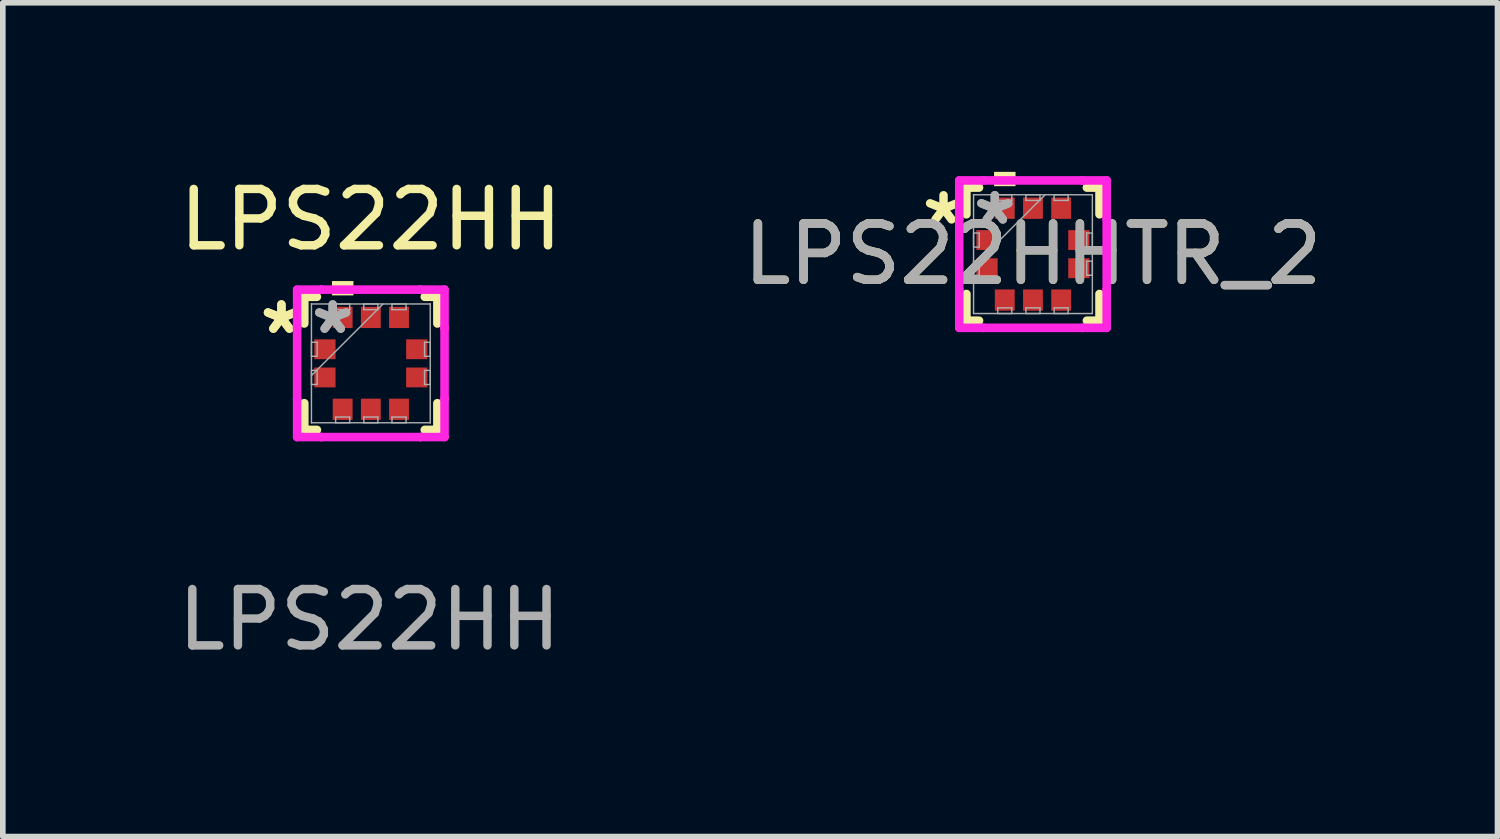
<source format=kicad_pcb>
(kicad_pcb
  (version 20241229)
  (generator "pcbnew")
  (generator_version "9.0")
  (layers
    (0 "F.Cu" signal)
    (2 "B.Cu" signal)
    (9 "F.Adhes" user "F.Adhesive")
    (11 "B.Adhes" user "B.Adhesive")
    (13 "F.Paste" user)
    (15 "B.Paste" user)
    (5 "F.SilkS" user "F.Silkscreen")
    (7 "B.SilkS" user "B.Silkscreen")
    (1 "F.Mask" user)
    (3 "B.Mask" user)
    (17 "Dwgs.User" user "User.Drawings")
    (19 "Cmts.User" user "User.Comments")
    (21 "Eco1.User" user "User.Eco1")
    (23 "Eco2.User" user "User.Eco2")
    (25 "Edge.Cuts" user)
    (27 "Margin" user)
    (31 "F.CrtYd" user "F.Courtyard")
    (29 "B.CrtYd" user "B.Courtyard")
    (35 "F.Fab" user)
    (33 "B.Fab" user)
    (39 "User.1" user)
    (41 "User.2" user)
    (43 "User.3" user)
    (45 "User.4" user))
  (footprint "LPS22HHTR_2"
    (layer "F.Cu")
    (at 15.281 1.46)
    (property "Reference" "LPS22HHTR_2" (at 0 0 0) (unlocked yes) (layer "F.SilkS") (effects (font (size 1 1) (thickness 0.15))))
    (attr smd)
    (fp_line (start -1.181 -1.181) (end -1.181 -0.707) (stroke (width 0.152) (type solid)) (layer "F.SilkS"))
    (fp_line (start -1.181 0.707) (end -1.181 1.181) (stroke (width 0.152) (type solid)) (layer "F.SilkS"))
    (fp_line (start -1.181 1.181) (end -0.957 1.181) (stroke (width 0.152) (type solid)) (layer "F.SilkS"))
    (fp_line (start -0.957 -1.181) (end -1.181 -1.181) (stroke (width 0.152) (type solid)) (layer "F.SilkS"))
    (fp_line (start 0.957 1.181) (end 1.181 1.181) (stroke (width 0.152) (type solid)) (layer "F.SilkS"))
    (fp_line (start 1.181 -1.181) (end 0.957 -1.181) (stroke (width 0.152) (type solid)) (layer "F.SilkS"))
    (fp_line (start 1.181 -0.707) (end 1.181 -1.181) (stroke (width 0.152) (type solid)) (layer "F.SilkS"))
    (fp_line (start 1.181 1.181) (end 1.181 0.707) (stroke (width 0.152) (type solid)) (layer "F.SilkS"))
    (fp_poly (pts (xy -0.69 -1.206) (xy -0.69 -1.46) (xy -0.309 -1.46) (xy -0.309 -1.206)) (stroke (width 0) (type solid)) (fill yes) (layer "F.SilkS"))
    (fp_line (start -1.308 -1.308) (end -0.879 -1.308) (stroke (width 0.152) (type solid)) (layer "F.CrtYd"))
    (fp_line (start -1.308 -0.629) (end -1.308 -1.308) (stroke (width 0.152) (type solid)) (layer "F.CrtYd"))
    (fp_line (start -1.308 -0.629) (end -1.308 -0.629) (stroke (width 0.152) (type solid)) (layer "F.CrtYd"))
    (fp_line (start -1.308 0.629) (end -1.308 -0.629) (stroke (width 0.152) (type solid)) (layer "F.CrtYd"))
    (fp_line (start -1.308 0.629) (end -1.308 0.629) (stroke (width 0.152) (type solid)) (layer "F.CrtYd"))
    (fp_line (start -1.308 1.308) (end -1.308 0.629) (stroke (width 0.152) (type solid)) (layer "F.CrtYd"))
    (fp_line (start -0.879 -1.308) (end -0.879 -1.308) (stroke (width 0.152) (type solid)) (layer "F.CrtYd"))
    (fp_line (start -0.879 -1.308) (end 0.879 -1.308) (stroke (width 0.152) (type solid)) (layer "F.CrtYd"))
    (fp_line (start -0.879 1.308) (end -1.308 1.308) (stroke (width 0.152) (type solid)) (layer "F.CrtYd"))
    (fp_line (start -0.879 1.308) (end -0.879 1.308) (stroke (width 0.152) (type solid)) (layer "F.CrtYd"))
    (fp_line (start 0.879 -1.308) (end 0.879 -1.308) (stroke (width 0.152) (type solid)) (layer "F.CrtYd"))
    (fp_line (start 0.879 -1.308) (end 1.308 -1.308) (stroke (width 0.152) (type solid)) (layer "F.CrtYd"))
    (fp_line (start 0.879 1.308) (end -0.879 1.308) (stroke (width 0.152) (type solid)) (layer "F.CrtYd"))
    (fp_line (start 0.879 1.308) (end 0.879 1.308) (stroke (width 0.152) (type solid)) (layer "F.CrtYd"))
    (fp_line (start 1.308 -1.308) (end 1.308 -0.629) (stroke (width 0.152) (type solid)) (layer "F.CrtYd"))
    (fp_line (start 1.308 -0.629) (end 1.308 -0.629) (stroke (width 0.152) (type solid)) (layer "F.CrtYd"))
    (fp_line (start 1.308 -0.629) (end 1.308 0.629) (stroke (width 0.152) (type solid)) (layer "F.CrtYd"))
    (fp_line (start 1.308 0.629) (end 1.308 0.629) (stroke (width 0.152) (type solid)) (layer "F.CrtYd"))
    (fp_line (start 1.308 0.629) (end 1.308 1.308) (stroke (width 0.152) (type solid)) (layer "F.CrtYd"))
    (fp_line (start 1.308 1.308) (end 0.879 1.308) (stroke (width 0.152) (type solid)) (layer "F.CrtYd"))
    (fp_line (start -1.054 -1.054) (end -1.054 -1.054) (stroke (width 0.025) (type solid)) (layer "F.Fab"))
    (fp_line (start -1.054 -1.054) (end -1.054 1.054) (stroke (width 0.025) (type solid)) (layer "F.Fab"))
    (fp_line (start -1.054 -0.375) (end -0.953 -0.375) (stroke (width 0.025) (type solid)) (layer "F.Fab"))
    (fp_line (start -1.054 -0.125) (end -1.054 -0.375) (stroke (width 0.025) (type solid)) (layer "F.Fab"))
    (fp_line (start -1.054 0.125) (end -0.953 0.125) (stroke (width 0.025) (type solid)) (layer "F.Fab"))
    (fp_line (start -1.054 0.216) (end 0.216 -1.054) (stroke (width 0.025) (type solid)) (layer "F.Fab"))
    (fp_line (start -1.054 0.375) (end -1.054 0.125) (stroke (width 0.025) (type solid)) (layer "F.Fab"))
    (fp_line (start -1.054 1.054) (end -1.054 1.054) (stroke (width 0.025) (type solid)) (layer "F.Fab"))
    (fp_line (start -1.054 1.054) (end 1.054 1.054) (stroke (width 0.025) (type solid)) (layer "F.Fab"))
    (fp_line (start -0.953 -0.375) (end -0.953 -0.125) (stroke (width 0.025) (type solid)) (layer "F.Fab"))
    (fp_line (start -0.953 -0.125) (end -1.054 -0.125) (stroke (width 0.025) (type solid)) (layer "F.Fab"))
    (fp_line (start -0.953 0.125) (end -0.953 0.375) (stroke (width 0.025) (type solid)) (layer "F.Fab"))
    (fp_line (start -0.953 0.375) (end -1.054 0.375) (stroke (width 0.025) (type solid)) (layer "F.Fab"))
    (fp_line (start -0.625 -1.054) (end -0.375 -1.054) (stroke (width 0.025) (type solid)) (layer "F.Fab"))
    (fp_line (start -0.625 -0.953) (end -0.625 -1.054) (stroke (width 0.025) (type solid)) (layer "F.Fab"))
    (fp_line (start -0.625 0.953) (end -0.375 0.953) (stroke (width 0.025) (type solid)) (layer "F.Fab"))
    (fp_line (start -0.625 1.054) (end -0.625 0.953) (stroke (width 0.025) (type solid)) (layer "F.Fab"))
    (fp_line (start -0.375 -1.054) (end -0.375 -0.953) (stroke (width 0.025) (type solid)) (layer "F.Fab"))
    (fp_line (start -0.375 -0.953) (end -0.625 -0.953) (stroke (width 0.025) (type solid)) (layer "F.Fab"))
    (fp_line (start -0.375 0.953) (end -0.375 1.054) (stroke (width 0.025) (type solid)) (layer "F.Fab"))
    (fp_line (start -0.375 1.054) (end -0.625 1.054) (stroke (width 0.025) (type solid)) (layer "F.Fab"))
    (fp_line (start -0.125 -1.054) (end 0.125 -1.054) (stroke (width 0.025) (type solid)) (layer "F.Fab"))
    (fp_line (start -0.125 -0.953) (end -0.125 -1.054) (stroke (width 0.025) (type solid)) (layer "F.Fab"))
    (fp_line (start -0.125 0.953) (end 0.125 0.953) (stroke (width 0.025) (type solid)) (layer "F.Fab"))
    (fp_line (start -0.125 1.054) (end -0.125 0.953) (stroke (width 0.025) (type solid)) (layer "F.Fab"))
    (fp_line (start 0.125 -1.054) (end 0.125 -0.953) (stroke (width 0.025) (type solid)) (layer "F.Fab"))
    (fp_line (start 0.125 -0.953) (end -0.125 -0.953) (stroke (width 0.025) (type solid)) (layer "F.Fab"))
    (fp_line (start 0.125 0.953) (end 0.125 1.054) (stroke (width 0.025) (type solid)) (layer "F.Fab"))
    (fp_line (start 0.125 1.054) (end -0.125 1.054) (stroke (width 0.025) (type solid)) (layer "F.Fab"))
    (fp_line (start 0.375 -1.054) (end 0.625 -1.054) (stroke (width 0.025) (type solid)) (layer "F.Fab"))
    (fp_line (start 0.375 -0.953) (end 0.375 -1.054) (stroke (width 0.025) (type solid)) (layer "F.Fab"))
    (fp_line (start 0.375 0.953) (end 0.625 0.953) (stroke (width 0.025) (type solid)) (layer "F.Fab"))
    (fp_line (start 0.375 1.054) (end 0.375 0.953) (stroke (width 0.025) (type solid)) (layer "F.Fab"))
    (fp_line (start 0.625 -1.054) (end 0.625 -0.953) (stroke (width 0.025) (type solid)) (layer "F.Fab"))
    (fp_line (start 0.625 -0.953) (end 0.375 -0.953) (stroke (width 0.025) (type solid)) (layer "F.Fab"))
    (fp_line (start 0.625 0.953) (end 0.625 1.054) (stroke (width 0.025) (type solid)) (layer "F.Fab"))
    (fp_line (start 0.625 1.054) (end 0.375 1.054) (stroke (width 0.025) (type solid)) (layer "F.Fab"))
    (fp_line (start 0.953 -0.375) (end 1.054 -0.375) (stroke (width 0.025) (type solid)) (layer "F.Fab"))
    (fp_line (start 0.953 -0.125) (end 0.953 -0.375) (stroke (width 0.025) (type solid)) (layer "F.Fab"))
    (fp_line (start 0.953 0.125) (end 1.054 0.125) (stroke (width 0.025) (type solid)) (layer "F.Fab"))
    (fp_line (start 0.953 0.375) (end 0.953 0.125) (stroke (width 0.025) (type solid)) (layer "F.Fab"))
    (fp_line (start 1.054 -1.054) (end -1.054 -1.054) (stroke (width 0.025) (type solid)) (layer "F.Fab"))
    (fp_line (start 1.054 -1.054) (end 1.054 -1.054) (stroke (width 0.025) (type solid)) (layer "F.Fab"))
    (fp_line (start 1.054 -0.375) (end 1.054 -0.125) (stroke (width 0.025) (type solid)) (layer "F.Fab"))
    (fp_line (start 1.054 -0.125) (end 0.953 -0.125) (stroke (width 0.025) (type solid)) (layer "F.Fab"))
    (fp_line (start 1.054 0.125) (end 1.054 0.375) (stroke (width 0.025) (type solid)) (layer "F.Fab"))
    (fp_line (start 1.054 0.375) (end 0.953 0.375) (stroke (width 0.025) (type solid)) (layer "F.Fab"))
    (fp_line (start 1.054 1.054) (end 1.054 -1.054) (stroke (width 0.025) (type solid)) (layer "F.Fab"))
    (fp_line (start 1.054 1.054) (end 1.054 1.054) (stroke (width 0.025) (type solid)) (layer "F.Fab"))
    (fp_text user "*" (at -1.587 -0.5 0) (unlocked yes) (layer "F.SilkS") (effects (font (size 1 1) (thickness 0.15))))
    (fp_text user "*" (at -0.677 -0.5 0) (layer "F.Fab") (effects (font (size 1 1) (thickness 0.15))))
    (fp_text user "*" (at -0.677 -0.5 0) (unlocked yes) (layer "F.Fab") (effects (font (size 1 1) (thickness 0.15))))
    (fp_text user "${REFERENCE}" (at 0 0 0) (unlocked yes) (layer "F.Fab") (effects (font (size 1 1) (thickness 0.15))))
    (pad "1" smd rect (at -0.815 -0.25 90) (size 0.352 0.377) (layers "F.Cu" "F.Mask" "F.Paste"))
    (pad "2" smd rect (at -0.815 0.25 90) (size 0.352 0.377) (layers "F.Cu" "F.Mask" "F.Paste"))
    (pad "3" smd rect (at -0.5 0.815) (size 0.352 0.377) (layers "F.Cu" "F.Mask" "F.Paste"))
    (pad "4" smd rect (at 0 0.815) (size 0.352 0.377) (layers "F.Cu" "F.Mask" "F.Paste"))
    (pad "5" smd rect (at 0.5 0.815) (size 0.352 0.377) (layers "F.Cu" "F.Mask" "F.Paste"))
    (pad "6" smd rect (at 0.815 0.25 90) (size 0.352 0.377) (layers "F.Cu" "F.Mask" "F.Paste"))
    (pad "7" smd rect (at 0.815 -0.25 90) (size 0.352 0.377) (layers "F.Cu" "F.Mask" "F.Paste"))
    (pad "8" smd rect (at 0.5 -0.815) (size 0.352 0.377) (layers "F.Cu" "F.Mask" "F.Paste"))
    (pad "9" smd rect (at 0 -0.815) (size 0.352 0.377) (layers "F.Cu" "F.Mask" "F.Paste"))
    (pad "10" smd rect (at -0.5 -0.815) (size 0.352 0.377) (layers "F.Cu" "F.Mask" "F.Paste")))
  (footprint "LPS22HH"
    (layer "F.Cu")
    (at 3.531 3.398)
    (property "Reference" "LPS22HH" (at 0 -2.55 0) (unlocked yes) (layer "F.SilkS") (effects (font (size 1 1) (thickness 0.15))))
    (attr smd)
    (fp_line (start -1.181 -1.181) (end -1.181 -0.707) (stroke (width 0.152) (type solid)) (layer "F.SilkS"))
    (fp_line (start -1.181 0.707) (end -1.181 1.181) (stroke (width 0.152) (type solid)) (layer "F.SilkS"))
    (fp_line (start -1.181 1.181) (end -0.957 1.181) (stroke (width 0.152) (type solid)) (layer "F.SilkS"))
    (fp_line (start -0.957 -1.181) (end -1.181 -1.181) (stroke (width 0.152) (type solid)) (layer "F.SilkS"))
    (fp_line (start 0.957 1.181) (end 1.181 1.181) (stroke (width 0.152) (type solid)) (layer "F.SilkS"))
    (fp_line (start 1.181 -1.181) (end 0.957 -1.181) (stroke (width 0.152) (type solid)) (layer "F.SilkS"))
    (fp_line (start 1.181 -0.707) (end 1.181 -1.181) (stroke (width 0.152) (type solid)) (layer "F.SilkS"))
    (fp_line (start 1.181 1.181) (end 1.181 0.707) (stroke (width 0.152) (type solid)) (layer "F.SilkS"))
    (fp_poly (pts (xy -0.69 -1.206) (xy -0.69 -1.46) (xy -0.309 -1.46) (xy -0.309 -1.206)) (stroke (width 0) (type solid)) (fill yes) (layer "F.SilkS"))
    (fp_line (start -1.308 -1.308) (end -0.879 -1.308) (stroke (width 0.152) (type solid)) (layer "F.CrtYd"))
    (fp_line (start -1.308 -0.629) (end -1.308 -1.308) (stroke (width 0.152) (type solid)) (layer "F.CrtYd"))
    (fp_line (start -1.308 -0.629) (end -1.308 -0.629) (stroke (width 0.152) (type solid)) (layer "F.CrtYd"))
    (fp_line (start -1.308 0.629) (end -1.308 -0.629) (stroke (width 0.152) (type solid)) (layer "F.CrtYd"))
    (fp_line (start -1.308 0.629) (end -1.308 0.629) (stroke (width 0.152) (type solid)) (layer "F.CrtYd"))
    (fp_line (start -1.308 1.308) (end -1.308 0.629) (stroke (width 0.152) (type solid)) (layer "F.CrtYd"))
    (fp_line (start -0.879 -1.308) (end -0.879 -1.308) (stroke (width 0.152) (type solid)) (layer "F.CrtYd"))
    (fp_line (start -0.879 -1.308) (end 0.879 -1.308) (stroke (width 0.152) (type solid)) (layer "F.CrtYd"))
    (fp_line (start -0.879 1.308) (end -1.308 1.308) (stroke (width 0.152) (type solid)) (layer "F.CrtYd"))
    (fp_line (start -0.879 1.308) (end -0.879 1.308) (stroke (width 0.152) (type solid)) (layer "F.CrtYd"))
    (fp_line (start 0.879 -1.308) (end 0.879 -1.308) (stroke (width 0.152) (type solid)) (layer "F.CrtYd"))
    (fp_line (start 0.879 -1.308) (end 1.308 -1.308) (stroke (width 0.152) (type solid)) (layer "F.CrtYd"))
    (fp_line (start 0.879 1.308) (end -0.879 1.308) (stroke (width 0.152) (type solid)) (layer "F.CrtYd"))
    (fp_line (start 0.879 1.308) (end 0.879 1.308) (stroke (width 0.152) (type solid)) (layer "F.CrtYd"))
    (fp_line (start 1.308 -1.308) (end 1.308 -0.629) (stroke (width 0.152) (type solid)) (layer "F.CrtYd"))
    (fp_line (start 1.308 -0.629) (end 1.308 -0.629) (stroke (width 0.152) (type solid)) (layer "F.CrtYd"))
    (fp_line (start 1.308 -0.629) (end 1.308 0.629) (stroke (width 0.152) (type solid)) (layer "F.CrtYd"))
    (fp_line (start 1.308 0.629) (end 1.308 0.629) (stroke (width 0.152) (type solid)) (layer "F.CrtYd"))
    (fp_line (start 1.308 0.629) (end 1.308 1.308) (stroke (width 0.152) (type solid)) (layer "F.CrtYd"))
    (fp_line (start 1.308 1.308) (end 0.879 1.308) (stroke (width 0.152) (type solid)) (layer "F.CrtYd"))
    (fp_line (start -1.054 -1.054) (end -1.054 -1.054) (stroke (width 0.025) (type solid)) (layer "F.Fab"))
    (fp_line (start -1.054 -1.054) (end -1.054 1.054) (stroke (width 0.025) (type solid)) (layer "F.Fab"))
    (fp_line (start -1.054 -0.375) (end -0.953 -0.375) (stroke (width 0.025) (type solid)) (layer "F.Fab"))
    (fp_line (start -1.054 -0.125) (end -1.054 -0.375) (stroke (width 0.025) (type solid)) (layer "F.Fab"))
    (fp_line (start -1.054 0.125) (end -0.953 0.125) (stroke (width 0.025) (type solid)) (layer "F.Fab"))
    (fp_line (start -1.054 0.216) (end 0.216 -1.054) (stroke (width 0.025) (type solid)) (layer "F.Fab"))
    (fp_line (start -1.054 0.375) (end -1.054 0.125) (stroke (width 0.025) (type solid)) (layer "F.Fab"))
    (fp_line (start -1.054 1.054) (end -1.054 1.054) (stroke (width 0.025) (type solid)) (layer "F.Fab"))
    (fp_line (start -1.054 1.054) (end 1.054 1.054) (stroke (width 0.025) (type solid)) (layer "F.Fab"))
    (fp_line (start -0.953 -0.375) (end -0.953 -0.125) (stroke (width 0.025) (type solid)) (layer "F.Fab"))
    (fp_line (start -0.953 -0.125) (end -1.054 -0.125) (stroke (width 0.025) (type solid)) (layer "F.Fab"))
    (fp_line (start -0.953 0.125) (end -0.953 0.375) (stroke (width 0.025) (type solid)) (layer "F.Fab"))
    (fp_line (start -0.953 0.375) (end -1.054 0.375) (stroke (width 0.025) (type solid)) (layer "F.Fab"))
    (fp_line (start -0.625 -1.054) (end -0.375 -1.054) (stroke (width 0.025) (type solid)) (layer "F.Fab"))
    (fp_line (start -0.625 -0.953) (end -0.625 -1.054) (stroke (width 0.025) (type solid)) (layer "F.Fab"))
    (fp_line (start -0.625 0.953) (end -0.375 0.953) (stroke (width 0.025) (type solid)) (layer "F.Fab"))
    (fp_line (start -0.625 1.054) (end -0.625 0.953) (stroke (width 0.025) (type solid)) (layer "F.Fab"))
    (fp_line (start -0.375 -1.054) (end -0.375 -0.953) (stroke (width 0.025) (type solid)) (layer "F.Fab"))
    (fp_line (start -0.375 -0.953) (end -0.625 -0.953) (stroke (width 0.025) (type solid)) (layer "F.Fab"))
    (fp_line (start -0.375 0.953) (end -0.375 1.054) (stroke (width 0.025) (type solid)) (layer "F.Fab"))
    (fp_line (start -0.375 1.054) (end -0.625 1.054) (stroke (width 0.025) (type solid)) (layer "F.Fab"))
    (fp_line (start -0.125 -1.054) (end 0.125 -1.054) (stroke (width 0.025) (type solid)) (layer "F.Fab"))
    (fp_line (start -0.125 -0.953) (end -0.125 -1.054) (stroke (width 0.025) (type solid)) (layer "F.Fab"))
    (fp_line (start -0.125 0.953) (end 0.125 0.953) (stroke (width 0.025) (type solid)) (layer "F.Fab"))
    (fp_line (start -0.125 1.054) (end -0.125 0.953) (stroke (width 0.025) (type solid)) (layer "F.Fab"))
    (fp_line (start 0.125 -1.054) (end 0.125 -0.953) (stroke (width 0.025) (type solid)) (layer "F.Fab"))
    (fp_line (start 0.125 -0.953) (end -0.125 -0.953) (stroke (width 0.025) (type solid)) (layer "F.Fab"))
    (fp_line (start 0.125 0.953) (end 0.125 1.054) (stroke (width 0.025) (type solid)) (layer "F.Fab"))
    (fp_line (start 0.125 1.054) (end -0.125 1.054) (stroke (width 0.025) (type solid)) (layer "F.Fab"))
    (fp_line (start 0.375 -1.054) (end 0.625 -1.054) (stroke (width 0.025) (type solid)) (layer "F.Fab"))
    (fp_line (start 0.375 -0.953) (end 0.375 -1.054) (stroke (width 0.025) (type solid)) (layer "F.Fab"))
    (fp_line (start 0.375 0.953) (end 0.625 0.953) (stroke (width 0.025) (type solid)) (layer "F.Fab"))
    (fp_line (start 0.375 1.054) (end 0.375 0.953) (stroke (width 0.025) (type solid)) (layer "F.Fab"))
    (fp_line (start 0.625 -1.054) (end 0.625 -0.953) (stroke (width 0.025) (type solid)) (layer "F.Fab"))
    (fp_line (start 0.625 -0.953) (end 0.375 -0.953) (stroke (width 0.025) (type solid)) (layer "F.Fab"))
    (fp_line (start 0.625 0.953) (end 0.625 1.054) (stroke (width 0.025) (type solid)) (layer "F.Fab"))
    (fp_line (start 0.625 1.054) (end 0.375 1.054) (stroke (width 0.025) (type solid)) (layer "F.Fab"))
    (fp_line (start 0.953 -0.375) (end 1.054 -0.375) (stroke (width 0.025) (type solid)) (layer "F.Fab"))
    (fp_line (start 0.953 -0.125) (end 0.953 -0.375) (stroke (width 0.025) (type solid)) (layer "F.Fab"))
    (fp_line (start 0.953 0.125) (end 1.054 0.125) (stroke (width 0.025) (type solid)) (layer "F.Fab"))
    (fp_line (start 0.953 0.375) (end 0.953 0.125) (stroke (width 0.025) (type solid)) (layer "F.Fab"))
    (fp_line (start 1.054 -1.054) (end -1.054 -1.054) (stroke (width 0.025) (type solid)) (layer "F.Fab"))
    (fp_line (start 1.054 -1.054) (end 1.054 -1.054) (stroke (width 0.025) (type solid)) (layer "F.Fab"))
    (fp_line (start 1.054 -0.375) (end 1.054 -0.125) (stroke (width 0.025) (type solid)) (layer "F.Fab"))
    (fp_line (start 1.054 -0.125) (end 0.953 -0.125) (stroke (width 0.025) (type solid)) (layer "F.Fab"))
    (fp_line (start 1.054 0.125) (end 1.054 0.375) (stroke (width 0.025) (type solid)) (layer "F.Fab"))
    (fp_line (start 1.054 0.375) (end 0.953 0.375) (stroke (width 0.025) (type solid)) (layer "F.Fab"))
    (fp_line (start 1.054 1.054) (end 1.054 -1.054) (stroke (width 0.025) (type solid)) (layer "F.Fab"))
    (fp_line (start 1.054 1.054) (end 1.054 1.054) (stroke (width 0.025) (type solid)) (layer "F.Fab"))
    (fp_text user "*" (at -1.587 -0.5 0) (unlocked yes) (layer "F.SilkS") (effects (font (size 1 1) (thickness 0.15))))
    (fp_text user "*" (at -1.587 -0.5 0) (layer "F.SilkS") (effects (font (size 1 1) (thickness 0.15))))
    (fp_text user "*" (at -0.677 -0.5 0) (layer "F.Fab") (effects (font (size 1 1) (thickness 0.15))))
    (fp_text user "*" (at -0.677 -0.5 0) (unlocked yes) (layer "F.Fab") (effects (font (size 1 1) (thickness 0.15))))
    (fp_text user "${REFERENCE}" (at -0.025 4.55 0) (unlocked yes) (layer "F.Fab") (effects (font (size 1 1) (thickness 0.15))))
    (pad "1" smd rect (at -0.815 -0.25 90) (size 0.352 0.377) (layers "F.Cu" "F.Mask" "F.Paste"))
    (pad "2" smd rect (at -0.815 0.25 90) (size 0.352 0.377) (layers "F.Cu" "F.Mask" "F.Paste"))
    (pad "3" smd rect (at -0.5 0.815) (size 0.352 0.377) (layers "F.Cu" "F.Mask" "F.Paste"))
    (pad "4" smd rect (at 0 0.815) (size 0.352 0.377) (layers "F.Cu" "F.Mask" "F.Paste"))
    (pad "5" smd rect (at 0.5 0.815) (size 0.352 0.377) (layers "F.Cu" "F.Mask" "F.Paste"))
    (pad "6" smd rect (at 0.815 0.25 90) (size 0.352 0.377) (layers "F.Cu" "F.Mask" "F.Paste"))
    (pad "7" smd rect (at 0.815 -0.25 90) (size 0.352 0.377) (layers "F.Cu" "F.Mask" "F.Paste"))
    (pad "8" smd rect (at 0.5 -0.815) (size 0.352 0.377) (layers "F.Cu" "F.Mask" "F.Paste"))
    (pad "9" smd rect (at 0 -0.815) (size 0.352 0.377) (layers "F.Cu" "F.Mask" "F.Paste"))
    (pad "10" smd rect (at -0.5 -0.815) (size 0.352 0.377) (layers "F.Cu" "F.Mask" "F.Paste")))
  (gr_rect
    (start -3 -3)
    (end 23.525 11.796)
    (stroke (width 0.1) (type default))
    (fill no)
    (layer "Edge.Cuts")))
</source>
